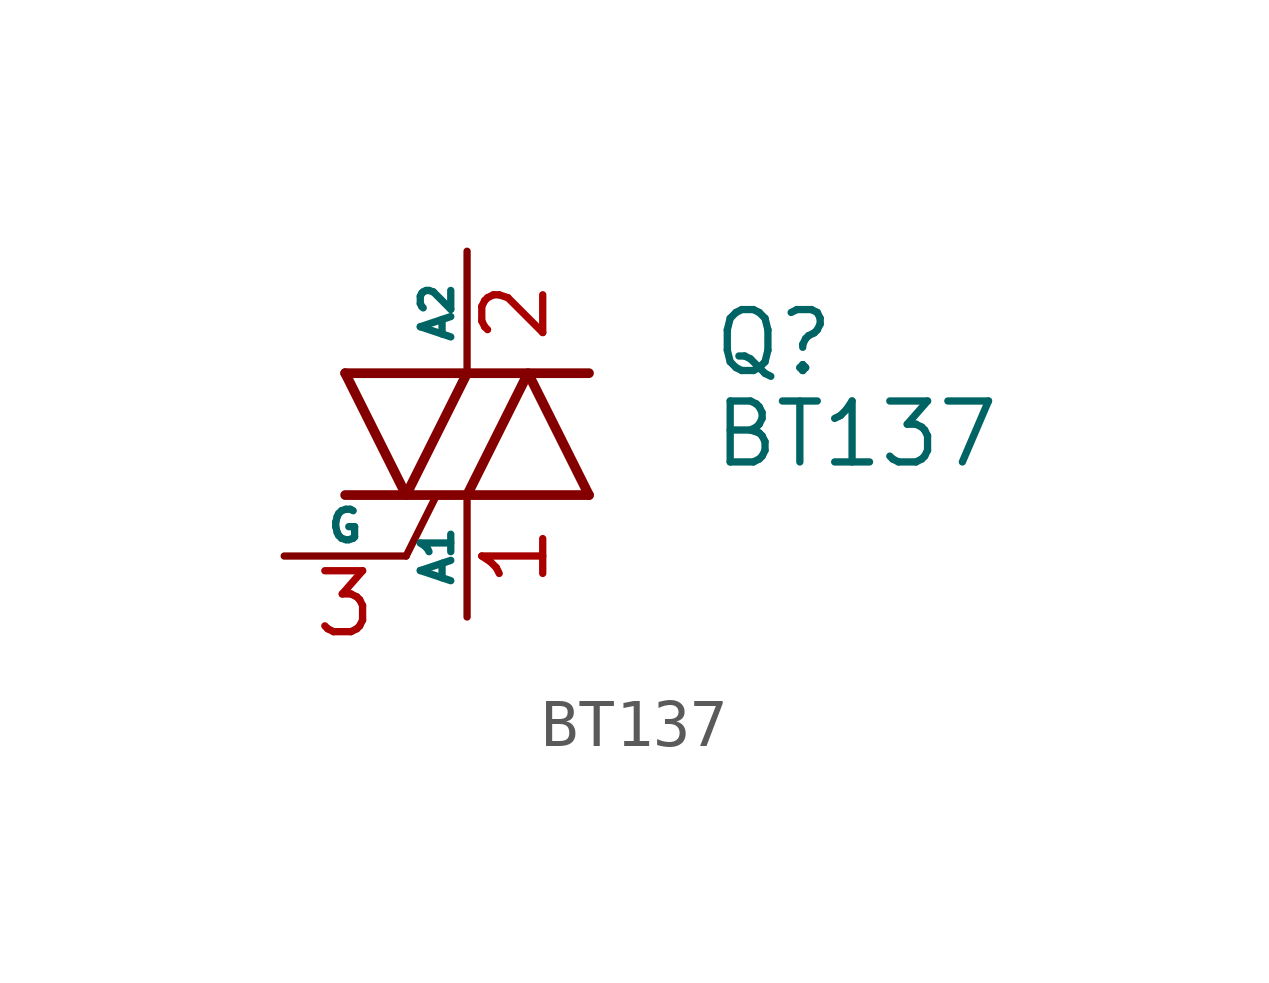
<source format=kicad_sym>
(kicad_symbol_lib
  (version 20220914)
  (generator kicad_symbol_editor)
  (symbol "BT137"
    (pin_names
      (offset 0))
    (property "Reference" "Q"
      (at 5.08 1.905 0)
      (effects (font (size 1.27 1.27)) (justify left)))
    (property "Value" "BT137"
      (at 5.08 0 0)
      (effects (font (size 1.27 1.27)) (justify left)))
    (symbol "BT137_0_1"
      (polyline (pts (xy -2.54 -1.27) (xy 2.54 -1.27)) (stroke (width 0.203) (type default)) (fill (type none)))
      (polyline (pts (xy -2.54 1.27) (xy 2.54 1.27)) (stroke (width 0.203) (type default)) (fill (type none)))
      (polyline (pts (xy -1.27 -2.54) (xy -0.635 -1.27)) (stroke (width 0) (type default)) (fill (type none)))
      (polyline (pts (xy -2.54 1.27) (xy -1.27 -1.27) (xy 0 1.27)) (stroke (width 0.203) (type default)) (fill (type none)))
      (polyline (pts (xy 0 -1.27) (xy 1.27 1.27) (xy 2.54 -1.27)) (stroke (width 0.203) (type default)) (fill (type none))))
    (symbol "BT137_1_1"
      (pin passive line (at 0 -3.81 90) (length 2.54) (name "A1" (effects (font (size 0.635 0.635)))) (number "1" (effects (font (size 1.27 1.27)))))
      (pin passive line (at 0 3.81 270) (length 2.54) (name "A2" (effects (font (size 0.635 0.635)))) (number "2" (effects (font (size 1.27 1.27)))))
      (pin input line (at -3.81 -2.54 0) (length 2.54) (name "G" (effects (font (size 0.635 0.635)))) (number "3" (effects (font (size 1.27 1.27))))))))
</source>
